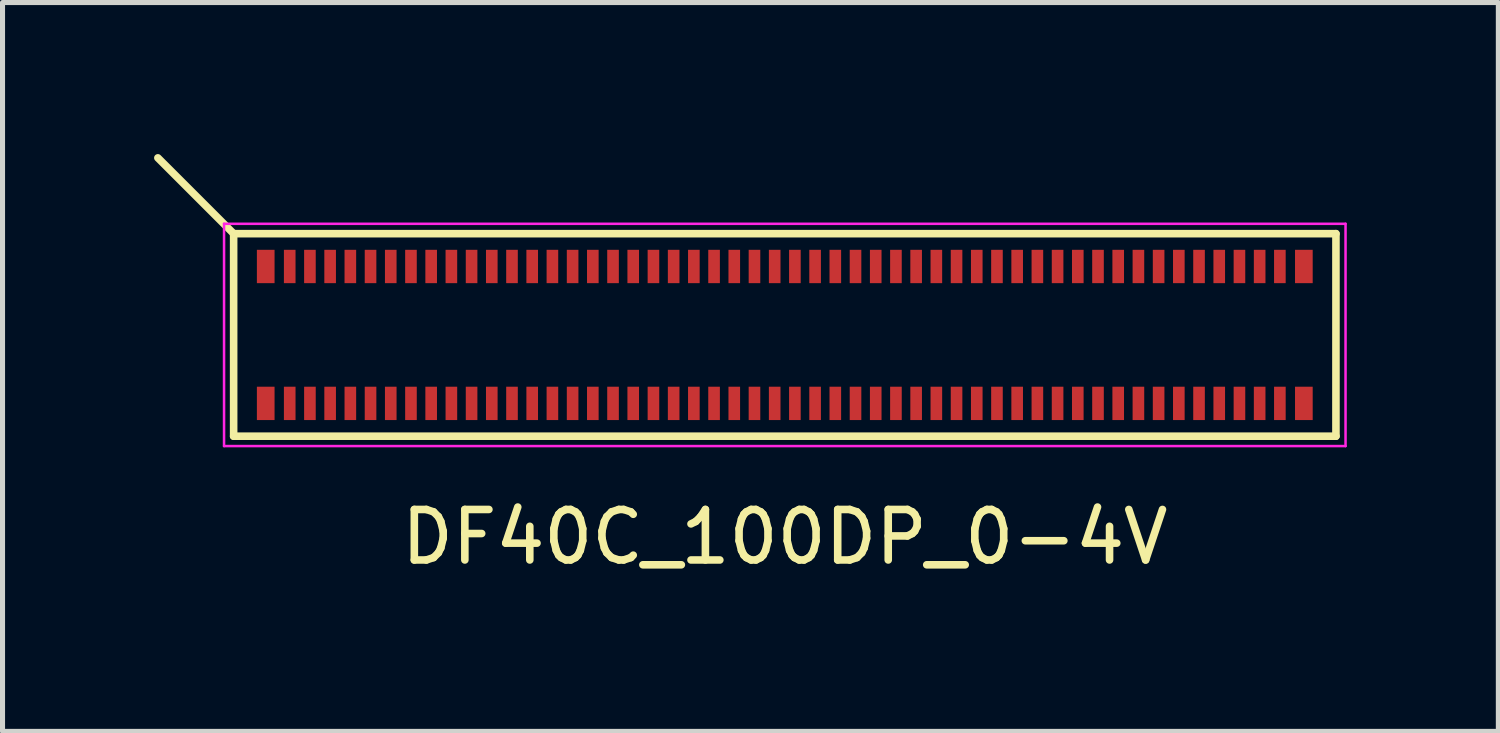
<source format=kicad_pcb>
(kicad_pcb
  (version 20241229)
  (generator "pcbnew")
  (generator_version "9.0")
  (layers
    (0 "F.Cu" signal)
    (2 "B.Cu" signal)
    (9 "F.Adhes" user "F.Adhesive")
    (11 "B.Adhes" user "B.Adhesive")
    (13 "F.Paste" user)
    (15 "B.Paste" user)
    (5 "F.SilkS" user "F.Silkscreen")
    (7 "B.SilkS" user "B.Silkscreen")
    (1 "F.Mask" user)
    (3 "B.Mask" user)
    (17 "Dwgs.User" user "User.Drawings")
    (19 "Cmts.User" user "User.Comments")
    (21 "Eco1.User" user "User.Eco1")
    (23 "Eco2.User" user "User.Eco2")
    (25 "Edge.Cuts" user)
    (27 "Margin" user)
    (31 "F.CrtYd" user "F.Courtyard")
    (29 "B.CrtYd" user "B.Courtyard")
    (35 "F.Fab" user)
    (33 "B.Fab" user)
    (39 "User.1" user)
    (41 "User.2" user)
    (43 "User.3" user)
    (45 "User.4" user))
  (footprint "DF40C_100DP_0-4V"
    (layer "F.Cu")
    (at 12.485 3.58)
    (property "Reference" "DF40C_100DP_0-4V" (at 0 4 0) (layer "F.SilkS") (effects (font (size 1 1) (thickness 0.15))))
    (attr smd)
    (fp_line (start -10.91 -2.005) (end -12.41 -3.505) (stroke (width 0.15) (type solid)) (layer "F.SilkS"))
    (fp_line (start -10.91 -2.005) (end -10.91 2.005) (stroke (width 0.15) (type solid)) (layer "F.SilkS"))
    (fp_line (start -10.91 -2.005) (end 10.91 -2.005) (stroke (width 0.15) (type solid)) (layer "F.SilkS"))
    (fp_line (start 10.91 2.005) (end -10.91 2.005) (stroke (width 0.15) (type solid)) (layer "F.SilkS"))
    (fp_line (start 10.91 2.005) (end 10.91 -2.005) (stroke (width 0.15) (type solid)) (layer "F.SilkS"))
    (fp_line (start -11.1 -2.2) (end -11.1 2.2) (stroke (width 0.05) (type solid)) (layer "F.CrtYd"))
    (fp_line (start -11.1 -2.2) (end 11.1 -2.2) (stroke (width 0.05) (type solid)) (layer "F.CrtYd"))
    (fp_line (start 11.1 2.2) (end -11.1 2.2) (stroke (width 0.05) (type solid)) (layer "F.CrtYd"))
    (fp_line (start 11.1 2.2) (end 11.1 -2.2) (stroke (width 0.05) (type solid)) (layer "F.CrtYd"))
    (pad "1" smd rect (at -9.8 1.355) (size 0.23 0.66) (layers "F.Cu" "F.Mask" "F.Paste"))
    (pad "2" smd rect (at -9.8 -1.355) (size 0.23 0.66) (layers "F.Cu" "F.Mask" "F.Paste"))
    (pad "3" smd rect (at -9.4 1.355) (size 0.23 0.66) (layers "F.Cu" "F.Mask" "F.Paste"))
    (pad "4" smd rect (at -9.4 -1.355) (size 0.23 0.66) (layers "F.Cu" "F.Mask" "F.Paste"))
    (pad "5" smd rect (at -9 1.355) (size 0.23 0.66) (layers "F.Cu" "F.Mask" "F.Paste"))
    (pad "6" smd rect (at -9 -1.355) (size 0.23 0.66) (layers "F.Cu" "F.Mask" "F.Paste"))
    (pad "7" smd rect (at -8.6 1.355) (size 0.23 0.66) (layers "F.Cu" "F.Mask" "F.Paste"))
    (pad "8" smd rect (at -8.6 -1.355) (size 0.23 0.66) (layers "F.Cu" "F.Mask" "F.Paste"))
    (pad "9" smd rect (at -8.2 1.355) (size 0.23 0.66) (layers "F.Cu" "F.Mask" "F.Paste"))
    (pad "10" smd rect (at -8.2 -1.355) (size 0.23 0.66) (layers "F.Cu" "F.Mask" "F.Paste"))
    (pad "11" smd rect (at -7.8 1.355) (size 0.23 0.66) (layers "F.Cu" "F.Mask" "F.Paste"))
    (pad "12" smd rect (at -7.8 -1.355) (size 0.23 0.66) (layers "F.Cu" "F.Mask" "F.Paste"))
    (pad "13" smd rect (at -7.4 1.355) (size 0.23 0.66) (layers "F.Cu" "F.Mask" "F.Paste"))
    (pad "14" smd rect (at -7.4 -1.355) (size 0.23 0.66) (layers "F.Cu" "F.Mask" "F.Paste"))
    (pad "15" smd rect (at -7 1.355) (size 0.23 0.66) (layers "F.Cu" "F.Mask" "F.Paste"))
    (pad "16" smd rect (at -7 -1.355) (size 0.23 0.66) (layers "F.Cu" "F.Mask" "F.Paste"))
    (pad "17" smd rect (at -6.6 1.355) (size 0.23 0.66) (layers "F.Cu" "F.Mask" "F.Paste"))
    (pad "18" smd rect (at -6.6 -1.355) (size 0.23 0.66) (layers "F.Cu" "F.Mask" "F.Paste"))
    (pad "19" smd rect (at -6.2 1.355) (size 0.23 0.66) (layers "F.Cu" "F.Mask" "F.Paste"))
    (pad "20" smd rect (at -6.2 -1.355) (size 0.23 0.66) (layers "F.Cu" "F.Mask" "F.Paste"))
    (pad "21" smd rect (at -5.8 1.355) (size 0.23 0.66) (layers "F.Cu" "F.Mask" "F.Paste"))
    (pad "22" smd rect (at -5.8 -1.355) (size 0.23 0.66) (layers "F.Cu" "F.Mask" "F.Paste"))
    (pad "23" smd rect (at -5.4 1.355) (size 0.23 0.66) (layers "F.Cu" "F.Mask" "F.Paste"))
    (pad "24" smd rect (at -5.4 -1.355) (size 0.23 0.66) (layers "F.Cu" "F.Mask" "F.Paste"))
    (pad "25" smd rect (at -5 1.355) (size 0.23 0.66) (layers "F.Cu" "F.Mask" "F.Paste"))
    (pad "26" smd rect (at -5 -1.355) (size 0.23 0.66) (layers "F.Cu" "F.Mask" "F.Paste"))
    (pad "27" smd rect (at -4.6 1.355) (size 0.23 0.66) (layers "F.Cu" "F.Mask" "F.Paste"))
    (pad "28" smd rect (at -4.6 -1.355) (size 0.23 0.66) (layers "F.Cu" "F.Mask" "F.Paste"))
    (pad "29" smd rect (at -4.2 1.355) (size 0.23 0.66) (layers "F.Cu" "F.Mask" "F.Paste"))
    (pad "30" smd rect (at -4.2 -1.355) (size 0.23 0.66) (layers "F.Cu" "F.Mask" "F.Paste"))
    (pad "31" smd rect (at -3.8 1.355) (size 0.23 0.66) (layers "F.Cu" "F.Mask" "F.Paste"))
    (pad "32" smd rect (at -3.8 -1.355) (size 0.23 0.66) (layers "F.Cu" "F.Mask" "F.Paste"))
    (pad "33" smd rect (at -3.4 1.355) (size 0.23 0.66) (layers "F.Cu" "F.Mask" "F.Paste"))
    (pad "34" smd rect (at -3.4 -1.355) (size 0.23 0.66) (layers "F.Cu" "F.Mask" "F.Paste"))
    (pad "35" smd rect (at -3 1.355) (size 0.23 0.66) (layers "F.Cu" "F.Mask" "F.Paste"))
    (pad "36" smd rect (at -3 -1.355) (size 0.23 0.66) (layers "F.Cu" "F.Mask" "F.Paste"))
    (pad "37" smd rect (at -2.6 1.355) (size 0.23 0.66) (layers "F.Cu" "F.Mask" "F.Paste"))
    (pad "38" smd rect (at -2.6 -1.355) (size 0.23 0.66) (layers "F.Cu" "F.Mask" "F.Paste"))
    (pad "39" smd rect (at -2.2 1.355) (size 0.23 0.66) (layers "F.Cu" "F.Mask" "F.Paste"))
    (pad "40" smd rect (at -2.2 -1.355) (size 0.23 0.66) (layers "F.Cu" "F.Mask" "F.Paste"))
    (pad "41" smd rect (at -1.8 1.355) (size 0.23 0.66) (layers "F.Cu" "F.Mask" "F.Paste"))
    (pad "42" smd rect (at -1.8 -1.355) (size 0.23 0.66) (layers "F.Cu" "F.Mask" "F.Paste"))
    (pad "43" smd rect (at -1.4 1.355) (size 0.23 0.66) (layers "F.Cu" "F.Mask" "F.Paste"))
    (pad "44" smd rect (at -1.4 -1.355) (size 0.23 0.66) (layers "F.Cu" "F.Mask" "F.Paste"))
    (pad "45" smd rect (at -1 1.355) (size 0.23 0.66) (layers "F.Cu" "F.Mask" "F.Paste"))
    (pad "46" smd rect (at -1 -1.355) (size 0.23 0.66) (layers "F.Cu" "F.Mask" "F.Paste"))
    (pad "47" smd rect (at -0.6 1.355) (size 0.23 0.66) (layers "F.Cu" "F.Mask" "F.Paste"))
    (pad "48" smd rect (at -0.6 -1.355) (size 0.23 0.66) (layers "F.Cu" "F.Mask" "F.Paste"))
    (pad "49" smd rect (at -0.2 1.355) (size 0.23 0.66) (layers "F.Cu" "F.Mask" "F.Paste"))
    (pad "50" smd rect (at -0.2 -1.355) (size 0.23 0.66) (layers "F.Cu" "F.Mask" "F.Paste"))
    (pad "51" smd rect (at 0.2 1.355) (size 0.23 0.66) (layers "F.Cu" "F.Mask" "F.Paste"))
    (pad "52" smd rect (at 0.2 -1.355) (size 0.23 0.66) (layers "F.Cu" "F.Mask" "F.Paste"))
    (pad "53" smd rect (at 0.6 1.355) (size 0.23 0.66) (layers "F.Cu" "F.Mask" "F.Paste"))
    (pad "54" smd rect (at 0.6 -1.355) (size 0.23 0.66) (layers "F.Cu" "F.Mask" "F.Paste"))
    (pad "55" smd rect (at 1 1.355) (size 0.23 0.66) (layers "F.Cu" "F.Mask" "F.Paste"))
    (pad "56" smd rect (at 1 -1.355) (size 0.23 0.66) (layers "F.Cu" "F.Mask" "F.Paste"))
    (pad "57" smd rect (at 1.4 1.355) (size 0.23 0.66) (layers "F.Cu" "F.Mask" "F.Paste"))
    (pad "58" smd rect (at 1.4 -1.355) (size 0.23 0.66) (layers "F.Cu" "F.Mask" "F.Paste"))
    (pad "59" smd rect (at 1.8 1.355) (size 0.23 0.66) (layers "F.Cu" "F.Mask" "F.Paste"))
    (pad "60" smd rect (at 1.8 -1.355) (size 0.23 0.66) (layers "F.Cu" "F.Mask" "F.Paste"))
    (pad "61" smd rect (at 2.2 1.355) (size 0.23 0.66) (layers "F.Cu" "F.Mask" "F.Paste"))
    (pad "62" smd rect (at 2.2 -1.355) (size 0.23 0.66) (layers "F.Cu" "F.Mask" "F.Paste"))
    (pad "63" smd rect (at 2.6 1.355) (size 0.23 0.66) (layers "F.Cu" "F.Mask" "F.Paste"))
    (pad "64" smd rect (at 2.6 -1.355) (size 0.23 0.66) (layers "F.Cu" "F.Mask" "F.Paste"))
    (pad "65" smd rect (at 3 1.355) (size 0.23 0.66) (layers "F.Cu" "F.Mask" "F.Paste"))
    (pad "66" smd rect (at 3 -1.355) (size 0.23 0.66) (layers "F.Cu" "F.Mask" "F.Paste"))
    (pad "67" smd rect (at 3.4 1.355) (size 0.23 0.66) (layers "F.Cu" "F.Mask" "F.Paste"))
    (pad "68" smd rect (at 3.4 -1.355) (size 0.23 0.66) (layers "F.Cu" "F.Mask" "F.Paste"))
    (pad "69" smd rect (at 3.8 1.355) (size 0.23 0.66) (layers "F.Cu" "F.Mask" "F.Paste"))
    (pad "70" smd rect (at 3.8 -1.355) (size 0.23 0.66) (layers "F.Cu" "F.Mask" "F.Paste"))
    (pad "71" smd rect (at 4.2 1.355) (size 0.23 0.66) (layers "F.Cu" "F.Mask" "F.Paste"))
    (pad "72" smd rect (at 4.2 -1.355) (size 0.23 0.66) (layers "F.Cu" "F.Mask" "F.Paste"))
    (pad "73" smd rect (at 4.6 1.355) (size 0.23 0.66) (layers "F.Cu" "F.Mask" "F.Paste"))
    (pad "74" smd rect (at 4.6 -1.355) (size 0.23 0.66) (layers "F.Cu" "F.Mask" "F.Paste"))
    (pad "75" smd rect (at 5 1.355) (size 0.23 0.66) (layers "F.Cu" "F.Mask" "F.Paste"))
    (pad "76" smd rect (at 5 -1.355) (size 0.23 0.66) (layers "F.Cu" "F.Mask" "F.Paste"))
    (pad "77" smd rect (at 5.4 1.355) (size 0.23 0.66) (layers "F.Cu" "F.Mask" "F.Paste"))
    (pad "78" smd rect (at 5.4 -1.355) (size 0.23 0.66) (layers "F.Cu" "F.Mask" "F.Paste"))
    (pad "79" smd rect (at 5.8 1.355) (size 0.23 0.66) (layers "F.Cu" "F.Mask" "F.Paste"))
    (pad "80" smd rect (at 5.8 -1.355) (size 0.23 0.66) (layers "F.Cu" "F.Mask" "F.Paste"))
    (pad "81" smd rect (at 6.2 1.355) (size 0.23 0.66) (layers "F.Cu" "F.Mask" "F.Paste"))
    (pad "82" smd rect (at 6.2 -1.355) (size 0.23 0.66) (layers "F.Cu" "F.Mask" "F.Paste"))
    (pad "83" smd rect (at 6.6 1.355) (size 0.23 0.66) (layers "F.Cu" "F.Mask" "F.Paste"))
    (pad "84" smd rect (at 6.6 -1.355) (size 0.23 0.66) (layers "F.Cu" "F.Mask" "F.Paste"))
    (pad "85" smd rect (at 7 1.355) (size 0.23 0.66) (layers "F.Cu" "F.Mask" "F.Paste"))
    (pad "86" smd rect (at 7 -1.355) (size 0.23 0.66) (layers "F.Cu" "F.Mask" "F.Paste"))
    (pad "87" smd rect (at 7.4 1.355) (size 0.23 0.66) (layers "F.Cu" "F.Mask" "F.Paste"))
    (pad "88" smd rect (at 7.4 -1.355) (size 0.23 0.66) (layers "F.Cu" "F.Mask" "F.Paste"))
    (pad "89" smd rect (at 7.8 1.355) (size 0.23 0.66) (layers "F.Cu" "F.Mask" "F.Paste"))
    (pad "90" smd rect (at 7.8 -1.355) (size 0.23 0.66) (layers "F.Cu" "F.Mask" "F.Paste"))
    (pad "91" smd rect (at 8.2 1.355) (size 0.23 0.66) (layers "F.Cu" "F.Mask" "F.Paste"))
    (pad "92" smd rect (at 8.2 -1.355) (size 0.23 0.66) (layers "F.Cu" "F.Mask" "F.Paste"))
    (pad "93" smd rect (at 8.6 1.355) (size 0.23 0.66) (layers "F.Cu" "F.Mask" "F.Paste"))
    (pad "94" smd rect (at 8.6 -1.355) (size 0.23 0.66) (layers "F.Cu" "F.Mask" "F.Paste"))
    (pad "95" smd rect (at 9 1.355) (size 0.23 0.66) (layers "F.Cu" "F.Mask" "F.Paste"))
    (pad "96" smd rect (at 9 -1.355) (size 0.23 0.66) (layers "F.Cu" "F.Mask" "F.Paste"))
    (pad "97" smd rect (at 9.4 1.355) (size 0.23 0.66) (layers "F.Cu" "F.Mask" "F.Paste"))
    (pad "98" smd rect (at 9.4 -1.355) (size 0.23 0.66) (layers "F.Cu" "F.Mask" "F.Paste"))
    (pad "99" smd rect (at 9.8 1.355) (size 0.23 0.66) (layers "F.Cu" "F.Mask" "F.Paste"))
    (pad "100" smd rect (at 9.8 -1.355) (size 0.23 0.66) (layers "F.Cu" "F.Mask" "F.Paste"))
    (pad "GND" smd rect (at -10.275 -1.355) (size 0.35 0.66) (layers "F.Cu" "F.Mask" "F.Paste"))
    (pad "GND" smd rect (at -10.275 1.355) (size 0.35 0.66) (layers "F.Cu" "F.Mask" "F.Paste"))
    (pad "GND" smd rect (at 10.275 -1.355) (size 0.35 0.66) (layers "F.Cu" "F.Mask" "F.Paste"))
    (pad "GND" smd rect (at 10.275 1.355) (size 0.35 0.66) (layers "F.Cu" "F.Mask" "F.Paste")))
  (gr_rect
    (start -3 -3)
    (end 26.61 11.428)
    (stroke (width 0.1) (type default))
    (fill no)
    (layer "Edge.Cuts")))
</source>
